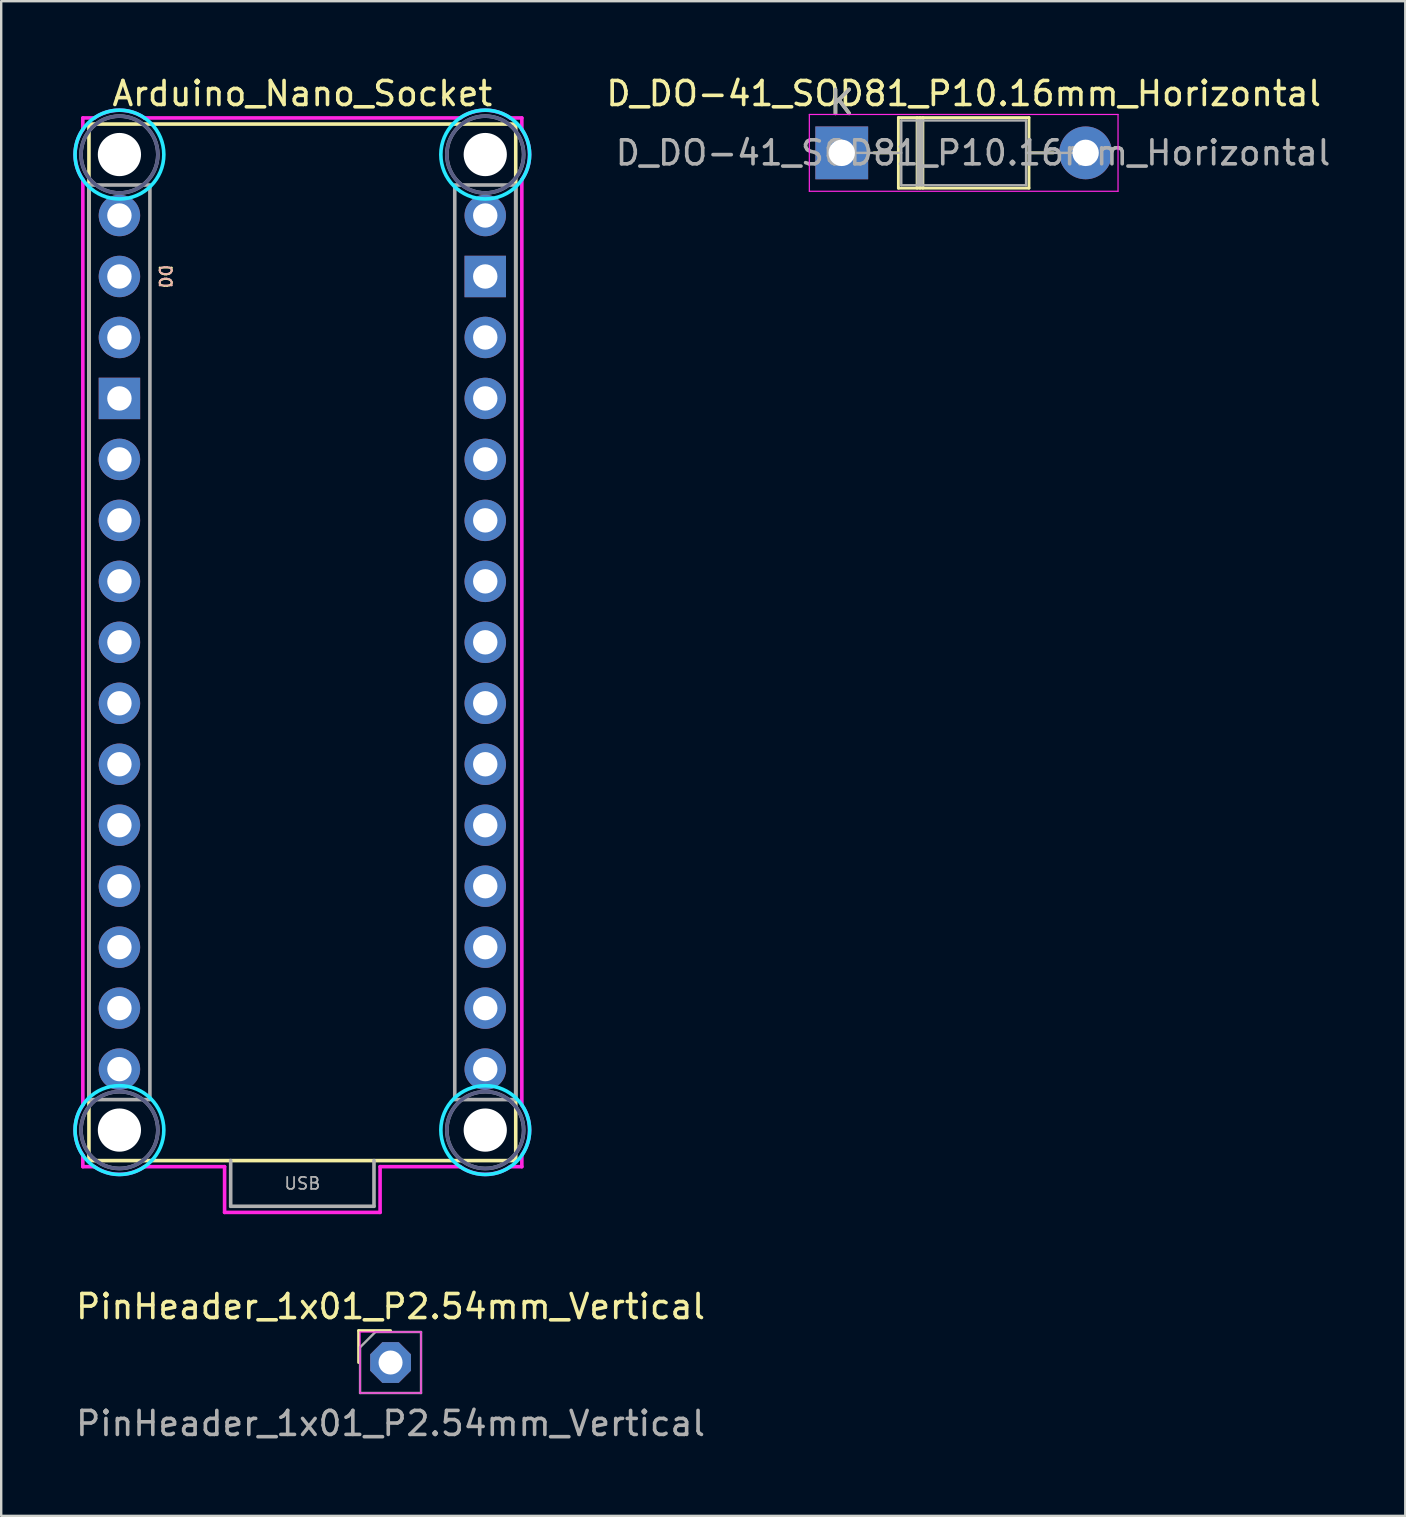
<source format=kicad_pcb>
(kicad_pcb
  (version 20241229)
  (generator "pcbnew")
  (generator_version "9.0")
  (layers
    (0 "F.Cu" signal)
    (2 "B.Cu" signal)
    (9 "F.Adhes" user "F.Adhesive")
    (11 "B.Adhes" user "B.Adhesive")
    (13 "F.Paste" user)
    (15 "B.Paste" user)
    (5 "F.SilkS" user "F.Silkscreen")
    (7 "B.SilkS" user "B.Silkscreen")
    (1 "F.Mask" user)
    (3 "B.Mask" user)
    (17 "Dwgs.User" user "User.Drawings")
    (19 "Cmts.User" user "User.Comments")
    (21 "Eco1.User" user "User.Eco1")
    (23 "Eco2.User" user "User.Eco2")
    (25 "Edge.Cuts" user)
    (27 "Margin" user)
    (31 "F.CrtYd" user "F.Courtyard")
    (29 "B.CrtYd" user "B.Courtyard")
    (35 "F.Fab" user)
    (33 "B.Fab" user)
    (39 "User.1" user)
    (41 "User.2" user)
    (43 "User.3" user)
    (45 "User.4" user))
  (footprint "PinHeader_1x01_P2.54mm_Vertical"
    (layer "F.Cu")
    (at 13.22 53.711)
    (property "Reference" "PinHeader_1x01_P2.54mm_Vertical" (at 0 -2.33 0) (layer "F.SilkS") (effects (font (size 1 1) (thickness 0.15))))
    (attr through_hole)
    (fp_line (start -1.33 -1.33) (end 0 -1.33) (stroke (width 0.12) (type solid)) (layer "F.SilkS"))
    (fp_line (start -1.33 0) (end -1.33 -1.33) (stroke (width 0.12) (type solid)) (layer "F.SilkS"))
    (fp_line (start -1.27 -1.27) (end -1.27 1.27) (stroke (width 0.05) (type solid)) (layer "F.CrtYd"))
    (fp_line (start -1.27 1.27) (end 1.27 1.27) (stroke (width 0.05) (type solid)) (layer "F.CrtYd"))
    (fp_line (start 1.27 -1.27) (end -1.27 -1.27) (stroke (width 0.05) (type solid)) (layer "F.CrtYd"))
    (fp_line (start 1.27 1.27) (end 1.27 -1.27) (stroke (width 0.05) (type solid)) (layer "F.CrtYd"))
    (fp_line (start -1.27 -0.635) (end -0.635 -1.27) (stroke (width 0.1) (type solid)) (layer "F.Fab"))
    (fp_line (start -1.27 1.27) (end -1.27 -0.635) (stroke (width 0.1) (type solid)) (layer "F.Fab"))
    (fp_line (start -0.635 -1.27) (end 1.27 -1.27) (stroke (width 0.1) (type solid)) (layer "F.Fab"))
    (fp_line (start 1.27 -1.27) (end 1.27 1.27) (stroke (width 0.1) (type solid)) (layer "F.Fab"))
    (fp_line (start 1.27 1.27) (end -1.27 1.27) (stroke (width 0.1) (type solid)) (layer "F.Fab"))
    (fp_text user "${REFERENCE}" (at 0 2.54 0) (layer "F.Fab") (effects (font (size 1 1) (thickness 0.15))))
    (pad "1" thru_hole roundrect (at 0 0) (size 1.7 1.7) (drill 1) (layers "*.Cu" "*.Mask") (roundrect_rratio 0) (chamfer_ratio 0.3) (chamfer top_left top_right bottom_left bottom_right)))
  (footprint "Arduino_Nano_Socket"
    (layer "F.Cu")
    (at 9.545 45.298)
    (property "Reference" "Arduino_Nano_Socket" (at 0 -44.45 0) (layer "F.SilkS") (effects (font (size 1 1) (thickness 0.15))))
    (attr through_hole)
    (fp_line (start -8.89 -43.18) (end -8.89 0) (stroke (width 0.15) (type solid)) (layer "F.SilkS"))
    (fp_line (start -8.89 -43.18) (end 8.89 -43.18) (stroke (width 0.15) (type solid)) (layer "F.SilkS"))
    (fp_line (start -8.89 0) (end 8.89 0) (stroke (width 0.15) (type solid)) (layer "F.SilkS"))
    (fp_line (start 8.89 -43.18) (end 8.89 0) (stroke (width 0.15) (type solid)) (layer "F.SilkS"))
    (fp_circle (center -7.62 -41.91) (end -5.77 -41.91) (stroke (width 0.15) (type solid)) (fill no) (layer "B.CrtYd"))
    (fp_circle (center -7.62 -1.27) (end -5.77 -1.27) (stroke (width 0.15) (type solid)) (fill no) (layer "B.CrtYd"))
    (fp_circle (center 7.62 -41.91) (end 9.47 -41.91) (stroke (width 0.15) (type solid)) (fill no) (layer "B.CrtYd"))
    (fp_circle (center 7.62 -1.27) (end 9.47 -1.27) (stroke (width 0.15) (type solid)) (fill no) (layer "B.CrtYd"))
    (fp_line (start -9.144 -43.434) (end -8.661 -43.434) (stroke (width 0.15) (type solid)) (layer "F.CrtYd"))
    (fp_line (start -9.144 -42.951) (end -9.144 -43.434) (stroke (width 0.15) (type solid)) (layer "F.CrtYd"))
    (fp_line (start -9.144 -2.311) (end -9.144 -40.869) (stroke (width 0.15) (type solid)) (layer "F.CrtYd"))
    (fp_line (start -9.144 0.254) (end -9.144 -0.229) (stroke (width 0.15) (type solid)) (layer "F.CrtYd"))
    (fp_line (start -8.661 0.254) (end -9.144 0.254) (stroke (width 0.15) (type solid)) (layer "F.CrtYd"))
    (fp_line (start -6.579 -43.434) (end 6.579 -43.434) (stroke (width 0.15) (type solid)) (layer "F.CrtYd"))
    (fp_line (start -3.239 0.254) (end -6.579 0.254) (stroke (width 0.15) (type solid)) (layer "F.CrtYd"))
    (fp_line (start -3.239 0.254) (end -3.239 2.159) (stroke (width 0.15) (type solid)) (layer "F.CrtYd"))
    (fp_line (start 3.239 0.254) (end 3.239 2.159) (stroke (width 0.15) (type solid)) (layer "F.CrtYd"))
    (fp_line (start 3.239 2.159) (end -3.239 2.159) (stroke (width 0.15) (type solid)) (layer "F.CrtYd"))
    (fp_line (start 6.579 0.254) (end 3.239 0.254) (stroke (width 0.15) (type solid)) (layer "F.CrtYd"))
    (fp_line (start 8.661 -43.434) (end 9.144 -43.434) (stroke (width 0.15) (type solid)) (layer "F.CrtYd"))
    (fp_line (start 9.144 -43.434) (end 9.144 -42.951) (stroke (width 0.15) (type solid)) (layer "F.CrtYd"))
    (fp_line (start 9.144 -40.869) (end 9.144 -2.311) (stroke (width 0.15) (type solid)) (layer "F.CrtYd"))
    (fp_line (start 9.144 -0.229) (end 9.144 0.254) (stroke (width 0.15) (type solid)) (layer "F.CrtYd"))
    (fp_line (start 9.144 0.254) (end 8.661 0.254) (stroke (width 0.15) (type solid)) (layer "F.CrtYd"))
    (fp_arc (start -9.144 -40.8686) (mid -9.467363 -41.91) (end -9.144 -42.9514) (stroke (width 0.15) (type solid)) (layer "F.CrtYd"))
    (fp_arc (start -9.144 -0.2286) (mid -9.467363 -1.27) (end -9.144 -2.3114) (stroke (width 0.15) (type solid)) (layer "F.CrtYd"))
    (fp_arc (start -8.6614 -43.434) (mid -7.62 -43.757363) (end -6.5786 -43.434) (stroke (width 0.15) (type solid)) (layer "F.CrtYd"))
    (fp_arc (start -6.5786 0.254) (mid -7.62 0.577363) (end -8.6614 0.254) (stroke (width 0.15) (type solid)) (layer "F.CrtYd"))
    (fp_arc (start 6.5786 -43.434) (mid 7.62 -43.757363) (end 8.6614 -43.434) (stroke (width 0.15) (type solid)) (layer "F.CrtYd"))
    (fp_arc (start 8.6614 0.254) (mid 7.62 0.577363) (end 6.5786 0.254) (stroke (width 0.15) (type solid)) (layer "F.CrtYd"))
    (fp_arc (start 9.144 -42.9514) (mid 9.467363 -41.91) (end 9.144 -40.8686) (stroke (width 0.15) (type solid)) (layer "F.CrtYd"))
    (fp_arc (start 9.144 -2.3114) (mid 9.467363 -1.27) (end 9.144 -0.2286) (stroke (width 0.15) (type solid)) (layer "F.CrtYd"))
    (fp_circle (center -7.62 -41.91) (end -6.02 -41.91) (stroke (width 0.15) (type solid)) (fill no) (layer "B.Fab"))
    (fp_circle (center -7.62 -1.27) (end -6.02 -1.27) (stroke (width 0.15) (type solid)) (fill no) (layer "B.Fab"))
    (fp_circle (center 7.62 -41.91) (end 9.22 -41.91) (stroke (width 0.15) (type solid)) (fill no) (layer "B.Fab"))
    (fp_circle (center 7.62 -1.27) (end 9.22 -1.27) (stroke (width 0.15) (type solid)) (fill no) (layer "B.Fab"))
    (fp_line (start -2.985 1.905) (end -2.985 0) (stroke (width 0.15) (type solid)) (layer "F.Fab"))
    (fp_line (start -2.985 1.905) (end 2.985 1.905) (stroke (width 0.15) (type solid)) (layer "F.Fab"))
    (fp_line (start 2.985 1.905) (end 2.985 0) (stroke (width 0.15) (type solid)) (layer "F.Fab"))
    (fp_rect (start -8.89 -40.64) (end -6.35 -2.54) (stroke (width 0.15) (type solid)) (fill no) (layer "F.Fab"))
    (fp_rect (start 6.35 -40.64) (end 8.89 -2.54) (stroke (width 0.15) (type solid)) (fill no) (layer "F.Fab"))
    (fp_circle (center -7.62 -41.91) (end -6.02 -41.91) (stroke (width 0.15) (type solid)) (fill no) (layer "F.Fab"))
    (fp_circle (center -7.62 -1.27) (end -6.02 -1.27) (stroke (width 0.15) (type solid)) (fill no) (layer "F.Fab"))
    (fp_circle (center 7.62 -41.91) (end 9.22 -41.91) (stroke (width 0.15) (type solid)) (fill no) (layer "F.Fab"))
    (fp_circle (center 7.62 -1.27) (end 9.22 -1.27) (stroke (width 0.15) (type solid)) (fill no) (layer "F.Fab"))
    (fp_text user "D0" (at -5.715 -36.83 270) (unlocked yes) (layer "F.SilkS") (effects (font (size 0.5 0.5) (thickness 0.075))))
    (fp_text user "D0" (at -5.715 -36.83 270) (unlocked yes) (layer "B.SilkS") (effects (font (size 0.5 0.5) (thickness 0.075)) (justify mirror)))
    (fp_text user "USB" (at 0 0.953 0) (layer "F.Fab") (effects (font (size 0.5 0.5) (thickness 0.075))))
    (pad "" np_thru_hole circle (at -7.62 -41.91) (size 1.8 1.8) (drill 1.8) (layers "*.Cu" "*.Mask"))
    (pad "" np_thru_hole circle (at -7.62 -1.27) (size 1.8 1.8) (drill 1.8) (layers "*.Cu" "*.Mask"))
    (pad "" np_thru_hole circle (at 7.62 -41.91) (size 1.8 1.8) (drill 1.8) (layers "*.Cu" "*.Mask"))
    (pad "" np_thru_hole circle (at 7.62 -1.27) (size 1.8 1.8) (drill 1.8) (layers "*.Cu" "*.Mask"))
    (pad "3V3" thru_hole circle (at 7.62 -6.35) (size 1.727 1.727) (drill 1.016) (layers "*.Cu" "*.Mask"))
    (pad "5V" thru_hole circle (at 7.62 -31.75) (size 1.727 1.727) (drill 1.016) (layers "*.Cu" "*.Mask"))
    (pad "A0" thru_hole circle (at 7.62 -11.43) (size 1.727 1.727) (drill 1.016) (layers "*.Cu" "*.Mask"))
    (pad "A1" thru_hole circle (at 7.62 -13.97) (size 1.727 1.727) (drill 1.016) (layers "*.Cu" "*.Mask"))
    (pad "A2" thru_hole circle (at 7.62 -16.51) (size 1.727 1.727) (drill 1.016) (layers "*.Cu" "*.Mask"))
    (pad "A3" thru_hole circle (at 7.62 -19.05) (size 1.727 1.727) (drill 1.016) (layers "*.Cu" "*.Mask"))
    (pad "A4" thru_hole circle (at 7.62 -21.59) (size 1.727 1.727) (drill 1.016) (layers "*.Cu" "*.Mask"))
    (pad "A5" thru_hole circle (at 7.62 -24.13) (size 1.727 1.727) (drill 1.016) (layers "*.Cu" "*.Mask"))
    (pad "A6" thru_hole circle (at 7.62 -26.67) (size 1.727 1.727) (drill 1.016) (layers "*.Cu" "*.Mask"))
    (pad "A7" thru_hole circle (at 7.62 -29.21) (size 1.727 1.727) (drill 1.016) (layers "*.Cu" "*.Mask"))
    (pad "AREF" thru_hole circle (at 7.62 -8.89) (size 1.727 1.727) (drill 1.016) (layers "*.Cu" "*.Mask"))
    (pad "D0" thru_hole circle (at -7.62 -36.83) (size 1.727 1.727) (drill 1.016) (layers "*.Cu" "*.Mask"))
    (pad "D1" thru_hole circle (at -7.62 -39.37) (size 1.727 1.727) (drill 1.016) (layers "*.Cu" "*.Mask"))
    (pad "D2" thru_hole circle (at -7.62 -29.21) (size 1.727 1.727) (drill 1.016) (layers "*.Cu" "*.Mask"))
    (pad "D3" thru_hole circle (at -7.62 -26.67) (size 1.727 1.727) (drill 1.016) (layers "*.Cu" "*.Mask"))
    (pad "D4" thru_hole circle (at -7.62 -24.13) (size 1.727 1.727) (drill 1.016) (layers "*.Cu" "*.Mask"))
    (pad "D5" thru_hole circle (at -7.62 -21.59) (size 1.727 1.727) (drill 1.016) (layers "*.Cu" "*.Mask"))
    (pad "D6" thru_hole circle (at -7.62 -19.05) (size 1.727 1.727) (drill 1.016) (layers "*.Cu" "*.Mask"))
    (pad "D7" thru_hole circle (at -7.62 -16.51) (size 1.727 1.727) (drill 1.016) (layers "*.Cu" "*.Mask"))
    (pad "D8" thru_hole circle (at -7.62 -13.97) (size 1.727 1.727) (drill 1.016) (layers "*.Cu" "*.Mask"))
    (pad "D9" thru_hole circle (at -7.62 -11.43) (size 1.727 1.727) (drill 1.016) (layers "*.Cu" "*.Mask"))
    (pad "D10" thru_hole circle (at -7.62 -8.89) (size 1.727 1.727) (drill 1.016) (layers "*.Cu" "*.Mask"))
    (pad "D11" thru_hole circle (at -7.62 -6.35) (size 1.727 1.727) (drill 1.016) (layers "*.Cu" "*.Mask"))
    (pad "D12" thru_hole circle (at -7.62 -3.81) (size 1.727 1.727) (drill 1.016) (layers "*.Cu" "*.Mask"))
    (pad "D13" thru_hole circle (at 7.62 -3.81) (size 1.727 1.727) (drill 1.016) (layers "*.Cu" "*.Mask"))
    (pad "GND1" thru_hole rect (at -7.62 -31.75) (size 1.727 1.727) (drill 1.016) (layers "*.Cu" "*.Mask"))
    (pad "GND2" thru_hole rect (at 7.62 -36.83) (size 1.727 1.727) (drill 1.016) (layers "*.Cu" "*.Mask"))
    (pad "RST1" thru_hole circle (at -7.62 -34.29) (size 1.727 1.727) (drill 1.016) (layers "*.Cu" "*.Mask"))
    (pad "RST2" thru_hole circle (at 7.62 -34.29) (size 1.727 1.727) (drill 1.016) (layers "*.Cu" "*.Mask"))
    (pad "VIN" thru_hole circle (at 7.62 -39.37) (size 1.727 1.727) (drill 1.016) (layers "*.Cu" "*.Mask")))
  (footprint "D_DO-41_SOD81_P10.16mm_Horizontal"
    (layer "F.Cu")
    (at 32.016 3.318)
    (property "Reference" "D_DO-41_SOD81_P10.16mm_Horizontal" (at 5.08 -2.47 180) (layer "F.SilkS") (effects (font (size 1 1) (thickness 0.15))))
    (attr through_hole)
    (fp_line (start 1.34 0) (end 2.36 0) (stroke (width 0.12) (type solid)) (layer "F.SilkS"))
    (fp_line (start 2.36 -1.47) (end 2.36 1.47) (stroke (width 0.12) (type solid)) (layer "F.SilkS"))
    (fp_line (start 2.36 1.47) (end 7.8 1.47) (stroke (width 0.12) (type solid)) (layer "F.SilkS"))
    (fp_line (start 3.14 -1.47) (end 3.14 1.47) (stroke (width 0.12) (type solid)) (layer "F.SilkS"))
    (fp_line (start 3.26 -1.47) (end 3.26 1.47) (stroke (width 0.12) (type solid)) (layer "F.SilkS"))
    (fp_line (start 3.38 -1.47) (end 3.38 1.47) (stroke (width 0.12) (type solid)) (layer "F.SilkS"))
    (fp_line (start 7.8 -1.47) (end 2.36 -1.47) (stroke (width 0.12) (type solid)) (layer "F.SilkS"))
    (fp_line (start 7.8 1.47) (end 7.8 -1.47) (stroke (width 0.12) (type solid)) (layer "F.SilkS"))
    (fp_line (start 8.82 0) (end 7.8 0) (stroke (width 0.12) (type solid)) (layer "F.SilkS"))
    (fp_line (start -1.35 -1.6) (end -1.35 1.6) (stroke (width 0.05) (type solid)) (layer "F.CrtYd"))
    (fp_line (start -1.35 1.6) (end 11.51 1.6) (stroke (width 0.05) (type solid)) (layer "F.CrtYd"))
    (fp_line (start 11.51 -1.6) (end -1.35 -1.6) (stroke (width 0.05) (type solid)) (layer "F.CrtYd"))
    (fp_line (start 11.51 1.6) (end 11.51 -1.6) (stroke (width 0.05) (type solid)) (layer "F.CrtYd"))
    (fp_line (start 0 0) (end 2.48 0) (stroke (width 0.1) (type solid)) (layer "F.Fab"))
    (fp_line (start 2.48 -1.35) (end 2.48 1.35) (stroke (width 0.1) (type solid)) (layer "F.Fab"))
    (fp_line (start 2.48 1.35) (end 7.68 1.35) (stroke (width 0.1) (type solid)) (layer "F.Fab"))
    (fp_line (start 3.16 -1.35) (end 3.16 1.35) (stroke (width 0.1) (type solid)) (layer "F.Fab"))
    (fp_line (start 3.26 -1.35) (end 3.26 1.35) (stroke (width 0.1) (type solid)) (layer "F.Fab"))
    (fp_line (start 3.36 -1.35) (end 3.36 1.35) (stroke (width 0.1) (type solid)) (layer "F.Fab"))
    (fp_line (start 7.68 -1.35) (end 2.48 -1.35) (stroke (width 0.1) (type solid)) (layer "F.Fab"))
    (fp_line (start 7.68 1.35) (end 7.68 -1.35) (stroke (width 0.1) (type solid)) (layer "F.Fab"))
    (fp_line (start 10.16 0) (end 7.68 0) (stroke (width 0.1) (type solid)) (layer "F.Fab"))
    (fp_text user "K" (at 0 -2.1 180) (layer "F.SilkS") (effects (font (size 1 1) (thickness 0.15))))
    (fp_text user "K" (at 0 -2.1 180) (layer "F.Fab") (effects (font (size 1 1) (thickness 0.15))))
    (fp_text user "${REFERENCE}" (at 5.47 0 180) (layer "F.Fab") (effects (font (size 1 1) (thickness 0.15))))
    (pad "1" thru_hole rect (at 0 0) (size 2.2 2.2) (drill 1.1) (layers "*.Cu" "*.Mask"))
    (pad "2" thru_hole oval (at 10.16 0) (size 2.2 2.2) (drill 1.1) (layers "*.Cu" "*.Mask")))
  (gr_rect
    (start -3 -3)
    (end 55.492 60.099)
    (stroke (width 0.1) (type default))
    (fill no)
    (layer "Edge.Cuts")))
</source>
